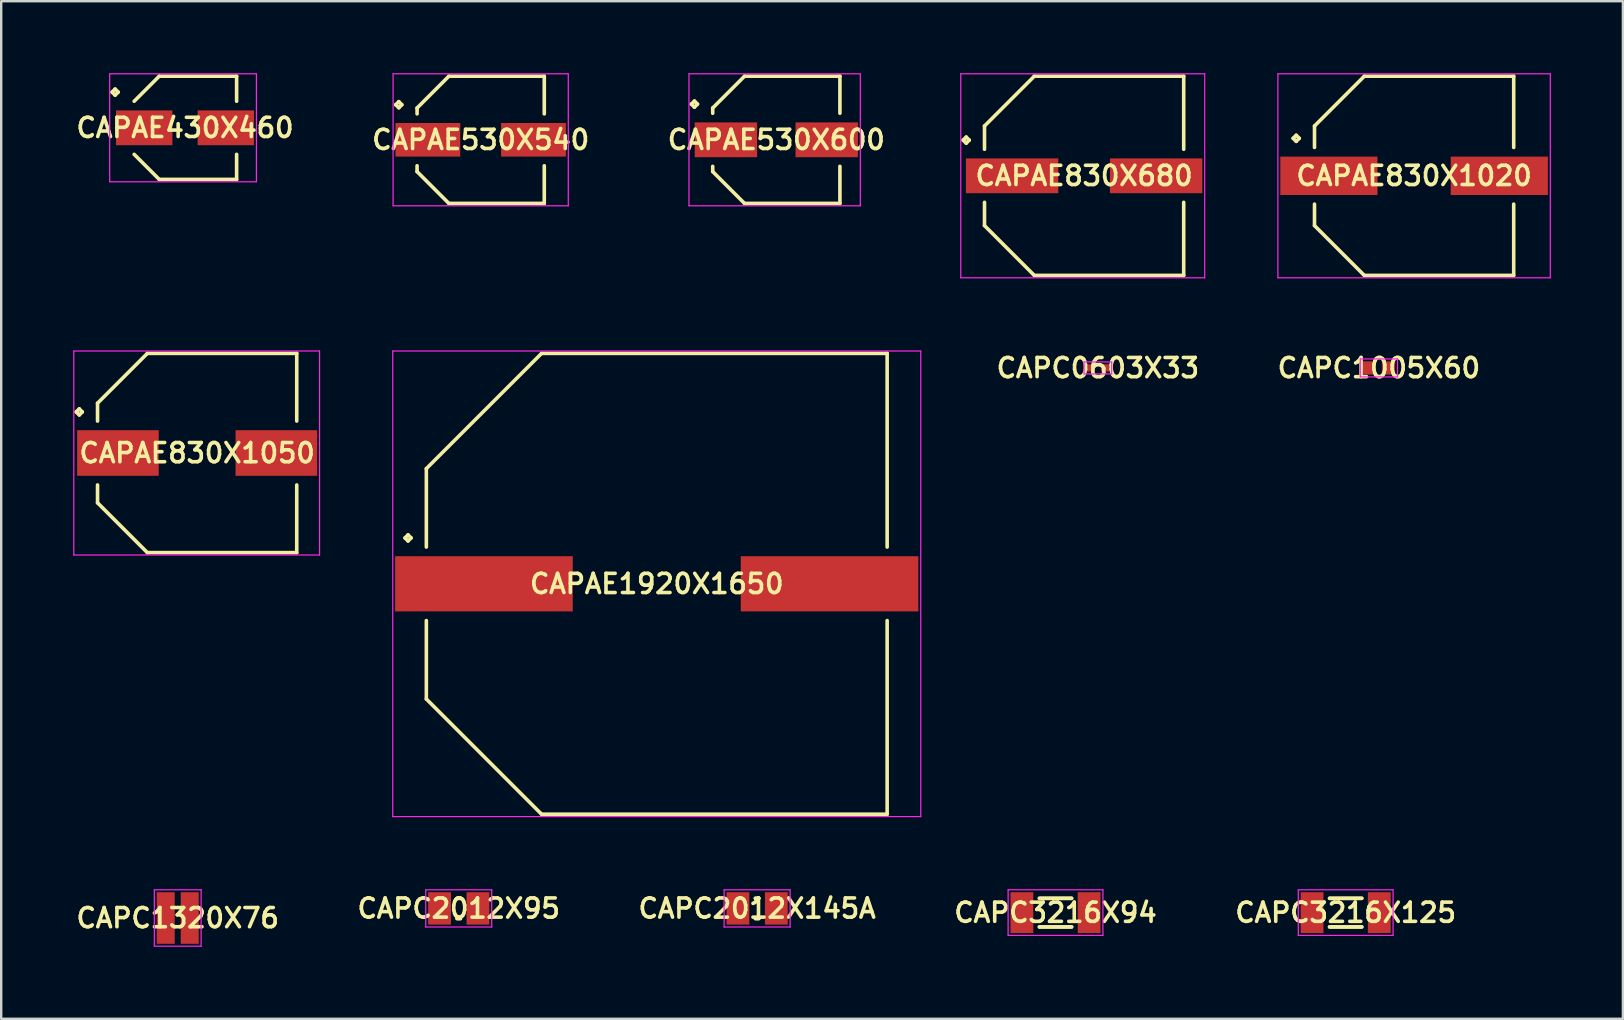
<source format=kicad_pcb>
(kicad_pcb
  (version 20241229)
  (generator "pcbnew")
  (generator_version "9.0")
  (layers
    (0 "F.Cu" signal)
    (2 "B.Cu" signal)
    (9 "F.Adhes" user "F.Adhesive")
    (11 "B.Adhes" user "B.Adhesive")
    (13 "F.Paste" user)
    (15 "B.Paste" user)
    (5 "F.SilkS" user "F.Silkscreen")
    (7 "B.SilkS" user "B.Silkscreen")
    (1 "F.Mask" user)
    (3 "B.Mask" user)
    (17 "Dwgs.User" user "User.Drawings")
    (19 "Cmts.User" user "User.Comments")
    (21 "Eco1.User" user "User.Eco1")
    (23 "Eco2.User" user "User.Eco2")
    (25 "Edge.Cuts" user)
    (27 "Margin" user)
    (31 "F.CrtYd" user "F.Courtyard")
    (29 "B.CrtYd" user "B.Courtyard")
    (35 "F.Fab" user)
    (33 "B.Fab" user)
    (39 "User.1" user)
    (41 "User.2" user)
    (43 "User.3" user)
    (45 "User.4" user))
  (footprint "CAPC0603X33"
    (layer "F.Cu")
    (at 42.694 12.281)
    (property "Reference" "CAPC0603X33" (at 0 0 0) (layer "F.SilkS") (effects (font (size 0.8 0.8) (thickness 0.15))))
    (attr smd)
    (fp_line (start -0.575 -0.25) (end 0.575 -0.25) (stroke (width 0.05) (type solid)) (layer "F.CrtYd"))
    (fp_line (start -0.575 0.25) (end -0.575 -0.25) (stroke (width 0.05) (type solid)) (layer "F.CrtYd"))
    (fp_line (start 0.575 -0.25) (end 0.575 0.25) (stroke (width 0.05) (type solid)) (layer "F.CrtYd"))
    (fp_line (start 0.575 0.25) (end -0.575 0.25) (stroke (width 0.05) (type solid)) (layer "F.CrtYd"))
    (pad "1" smd rect (at -0.3 0) (size 0.35 0.3) (layers "F.Cu" "F.Mask" "F.Paste"))
    (pad "2" smd rect (at 0.3 0) (size 0.35 0.3) (layers "F.Cu" "F.Mask" "F.Paste")))
  (footprint "CAPAE830X680"
    (layer "F.Cu")
    (at 42.12 4.275)
    (property "Reference" "CAPAE830X680" (at 0 0 0) (layer "F.SilkS") (effects (font (size 0.8 0.8) (thickness 0.15))))
    (attr smd)
    (fp_line (start -5.039 -1.487) (end -4.912 -1.614) (stroke (width 0.15) (type solid)) (layer "F.SilkS"))
    (fp_line (start -4.912 -1.614) (end -4.785 -1.487) (stroke (width 0.15) (type solid)) (layer "F.SilkS"))
    (fp_line (start -4.912 -1.36) (end -5.039 -1.487) (stroke (width 0.15) (type solid)) (layer "F.SilkS"))
    (fp_line (start -4.785 -1.487) (end -4.912 -1.36) (stroke (width 0.15) (type solid)) (layer "F.SilkS"))
    (fp_line (start -4.15 -2.075) (end -4.15 -1.106) (stroke (width 0.15) (type solid)) (layer "F.SilkS"))
    (fp_line (start -4.15 2.075) (end -4.15 1.106) (stroke (width 0.15) (type solid)) (layer "F.SilkS"))
    (fp_line (start -2.075 -4.15) (end -4.15 -2.075) (stroke (width 0.15) (type solid)) (layer "F.SilkS"))
    (fp_line (start -2.075 4.15) (end -4.15 2.075) (stroke (width 0.15) (type solid)) (layer "F.SilkS"))
    (fp_line (start 4.15 -4.15) (end -2.075 -4.15) (stroke (width 0.15) (type solid)) (layer "F.SilkS"))
    (fp_line (start 4.15 -1.106) (end 4.15 -4.15) (stroke (width 0.15) (type solid)) (layer "F.SilkS"))
    (fp_line (start 4.15 1.106) (end 4.15 4.15) (stroke (width 0.15) (type solid)) (layer "F.SilkS"))
    (fp_line (start 4.15 4.15) (end -2.075 4.15) (stroke (width 0.15) (type solid)) (layer "F.SilkS"))
    (fp_line (start -5.139 -4.25) (end 5.025 -4.25) (stroke (width 0.05) (type solid)) (layer "F.CrtYd"))
    (fp_line (start -5.139 4.25) (end -5.139 -4.25) (stroke (width 0.05) (type solid)) (layer "F.CrtYd"))
    (fp_line (start 5.025 -4.25) (end 5.025 4.25) (stroke (width 0.05) (type solid)) (layer "F.CrtYd"))
    (fp_line (start 5.025 4.25) (end -5.139 4.25) (stroke (width 0.05) (type solid)) (layer "F.CrtYd"))
    (pad "1" smd rect (at -3 0) (size 3.85 1.45) (layers "F.Cu" "F.Mask" "F.Paste"))
    (pad "2" smd rect (at 3 0) (size 3.85 1.45) (layers "F.Cu" "F.Mask" "F.Paste")))
  (footprint "CAPAE530X540"
    (layer "F.Cu")
    (at 16.978 2.775)
    (property "Reference" "CAPAE530X540" (at 0 0 0) (layer "F.SilkS") (effects (font (size 0.8 0.8) (thickness 0.15))))
    (attr smd)
    (fp_line (start -3.539 -1.462) (end -3.412 -1.589) (stroke (width 0.15) (type solid)) (layer "F.SilkS"))
    (fp_line (start -3.412 -1.589) (end -3.285 -1.462) (stroke (width 0.15) (type solid)) (layer "F.SilkS"))
    (fp_line (start -3.412 -1.335) (end -3.539 -1.462) (stroke (width 0.15) (type solid)) (layer "F.SilkS"))
    (fp_line (start -3.285 -1.462) (end -3.412 -1.335) (stroke (width 0.15) (type solid)) (layer "F.SilkS"))
    (fp_line (start -2.65 -1.325) (end -2.65 -1.081) (stroke (width 0.15) (type solid)) (layer "F.SilkS"))
    (fp_line (start -2.65 1.325) (end -2.65 1.081) (stroke (width 0.15) (type solid)) (layer "F.SilkS"))
    (fp_line (start -1.325 -2.65) (end -2.65 -1.325) (stroke (width 0.15) (type solid)) (layer "F.SilkS"))
    (fp_line (start -1.325 2.65) (end -2.65 1.325) (stroke (width 0.15) (type solid)) (layer "F.SilkS"))
    (fp_line (start 2.65 -2.65) (end -1.325 -2.65) (stroke (width 0.15) (type solid)) (layer "F.SilkS"))
    (fp_line (start 2.65 -1.081) (end 2.65 -2.65) (stroke (width 0.15) (type solid)) (layer "F.SilkS"))
    (fp_line (start 2.65 1.081) (end 2.65 2.65) (stroke (width 0.15) (type solid)) (layer "F.SilkS"))
    (fp_line (start 2.65 2.65) (end -1.325 2.65) (stroke (width 0.15) (type solid)) (layer "F.SilkS"))
    (fp_line (start -3.65 -2.75) (end 3.65 -2.75) (stroke (width 0.05) (type solid)) (layer "F.CrtYd"))
    (fp_line (start -3.65 2.75) (end -3.65 -2.75) (stroke (width 0.05) (type solid)) (layer "F.CrtYd"))
    (fp_line (start 3.65 -2.75) (end 3.65 2.75) (stroke (width 0.05) (type solid)) (layer "F.CrtYd"))
    (fp_line (start 3.65 2.75) (end -3.65 2.75) (stroke (width 0.05) (type solid)) (layer "F.CrtYd"))
    (pad "1" smd rect (at -2.2 0) (size 2.7 1.4) (layers "F.Cu" "F.Mask" "F.Paste"))
    (pad "2" smd rect (at 2.2 0) (size 2.7 1.4) (layers "F.Cu" "F.Mask" "F.Paste")))
  (footprint "CAPAE1920X1650"
    (layer "F.Cu")
    (at 24.314 21.275)
    (property "Reference" "CAPAE1920X1650" (at 0 0 0) (layer "F.SilkS") (effects (font (size 0.8 0.8) (thickness 0.15))))
    (attr smd)
    (fp_line (start -10.489 -1.912) (end -10.362 -2.039) (stroke (width 0.15) (type solid)) (layer "F.SilkS"))
    (fp_line (start -10.362 -2.039) (end -10.235 -1.912) (stroke (width 0.15) (type solid)) (layer "F.SilkS"))
    (fp_line (start -10.362 -1.785) (end -10.489 -1.912) (stroke (width 0.15) (type solid)) (layer "F.SilkS"))
    (fp_line (start -10.235 -1.912) (end -10.362 -1.785) (stroke (width 0.15) (type solid)) (layer "F.SilkS"))
    (fp_line (start -9.6 -4.8) (end -9.6 -1.531) (stroke (width 0.15) (type solid)) (layer "F.SilkS"))
    (fp_line (start -9.6 4.8) (end -9.6 1.531) (stroke (width 0.15) (type solid)) (layer "F.SilkS"))
    (fp_line (start -4.8 -9.6) (end -9.6 -4.8) (stroke (width 0.15) (type solid)) (layer "F.SilkS"))
    (fp_line (start -4.8 9.6) (end -9.6 4.8) (stroke (width 0.15) (type solid)) (layer "F.SilkS"))
    (fp_line (start 9.6 -9.6) (end -4.8 -9.6) (stroke (width 0.15) (type solid)) (layer "F.SilkS"))
    (fp_line (start 9.6 -1.531) (end 9.6 -9.6) (stroke (width 0.15) (type solid)) (layer "F.SilkS"))
    (fp_line (start 9.6 1.531) (end 9.6 9.6) (stroke (width 0.15) (type solid)) (layer "F.SilkS"))
    (fp_line (start 9.6 9.6) (end -4.8 9.6) (stroke (width 0.15) (type solid)) (layer "F.SilkS"))
    (fp_line (start -11 -9.7) (end 11 -9.7) (stroke (width 0.05) (type solid)) (layer "F.CrtYd"))
    (fp_line (start -11 9.7) (end -11 -9.7) (stroke (width 0.05) (type solid)) (layer "F.CrtYd"))
    (fp_line (start 11 -9.7) (end 11 9.7) (stroke (width 0.05) (type solid)) (layer "F.CrtYd"))
    (fp_line (start 11 9.7) (end -11 9.7) (stroke (width 0.05) (type solid)) (layer "F.CrtYd"))
    (pad "1" smd rect (at -7.2 0) (size 7.4 2.3) (layers "F.Cu" "F.Mask" "F.Paste"))
    (pad "2" smd rect (at 7.2 0) (size 7.4 2.3) (layers "F.Cu" "F.Mask" "F.Paste")))
  (footprint "CAPC1005X60"
    (layer "F.Cu")
    (at 54.403 12.281)
    (property "Reference" "CAPC1005X60" (at 0 0 0) (layer "F.SilkS") (effects (font (size 0.8 0.8) (thickness 0.15))))
    (attr smd)
    (fp_line (start -0.775 -0.375) (end 0.775 -0.375) (stroke (width 0.05) (type solid)) (layer "F.CrtYd"))
    (fp_line (start -0.775 0.375) (end -0.775 -0.375) (stroke (width 0.05) (type solid)) (layer "F.CrtYd"))
    (fp_line (start 0.775 -0.375) (end 0.775 0.375) (stroke (width 0.05) (type solid)) (layer "F.CrtYd"))
    (fp_line (start 0.775 0.375) (end -0.775 0.375) (stroke (width 0.05) (type solid)) (layer "F.CrtYd"))
    (pad "1" smd rect (at -0.4 0) (size 0.55 0.55) (layers "F.Cu" "F.Mask" "F.Paste"))
    (pad "2" smd rect (at 0.4 0) (size 0.55 0.55) (layers "F.Cu" "F.Mask" "F.Paste")))
  (footprint "CAPC2012X95"
    (layer "F.Cu")
    (at 16.064 34.8)
    (property "Reference" "CAPC2012X95" (at 0 0 0) (layer "F.SilkS") (effects (font (size 0.8 0.8) (thickness 0.15))))
    (attr smd)
    (fp_line (start -0.071 -0.421) (end 0.071 -0.421) (stroke (width 0.15) (type solid)) (layer "F.SilkS"))
    (fp_line (start -0.071 0.421) (end 0.071 0.421) (stroke (width 0.15) (type solid)) (layer "F.SilkS"))
    (fp_line (start 0.071 -0.421) (end -0.071 -0.421) (stroke (width 0.15) (type solid)) (layer "F.SilkS"))
    (fp_line (start 0.071 0.421) (end -0.071 0.421) (stroke (width 0.15) (type solid)) (layer "F.SilkS"))
    (fp_line (start -1.375 -0.775) (end 1.375 -0.775) (stroke (width 0.05) (type solid)) (layer "F.CrtYd"))
    (fp_line (start -1.375 0.775) (end -1.375 -0.775) (stroke (width 0.05) (type solid)) (layer "F.CrtYd"))
    (fp_line (start 1.375 -0.775) (end 1.375 0.775) (stroke (width 0.05) (type solid)) (layer "F.CrtYd"))
    (fp_line (start 1.375 0.775) (end -1.375 0.775) (stroke (width 0.05) (type solid)) (layer "F.CrtYd"))
    (pad "1" smd rect (at -0.8 0) (size 0.95 1.35) (layers "F.Cu" "F.Mask" "F.Paste"))
    (pad "2" smd rect (at 0.8 0) (size 0.95 1.35) (layers "F.Cu" "F.Mask" "F.Paste")))
  (footprint "CAPC2012X145A"
    (layer "F.Cu")
    (at 28.496 34.8)
    (property "Reference" "CAPC2012X145A" (at 0 0 0) (layer "F.SilkS") (effects (font (size 0.8 0.8) (thickness 0.15))))
    (attr smd)
    (fp_line (start -0.071 -0.421) (end 0.071 -0.421) (stroke (width 0.15) (type solid)) (layer "F.SilkS"))
    (fp_line (start -0.071 0.421) (end 0.071 0.421) (stroke (width 0.15) (type solid)) (layer "F.SilkS"))
    (fp_line (start 0.071 -0.421) (end -0.071 -0.421) (stroke (width 0.15) (type solid)) (layer "F.SilkS"))
    (fp_line (start 0.071 0.421) (end -0.071 0.421) (stroke (width 0.15) (type solid)) (layer "F.SilkS"))
    (fp_line (start -1.375 -0.775) (end 1.375 -0.775) (stroke (width 0.05) (type solid)) (layer "F.CrtYd"))
    (fp_line (start -1.375 0.775) (end -1.375 -0.775) (stroke (width 0.05) (type solid)) (layer "F.CrtYd"))
    (fp_line (start 1.375 -0.775) (end 1.375 0.775) (stroke (width 0.05) (type solid)) (layer "F.CrtYd"))
    (fp_line (start 1.375 0.775) (end -1.375 0.775) (stroke (width 0.05) (type solid)) (layer "F.CrtYd"))
    (pad "1" smd rect (at -0.8 0) (size 0.95 1.35) (layers "F.Cu" "F.Mask" "F.Paste"))
    (pad "2" smd rect (at 0.8 0) (size 0.95 1.35) (layers "F.Cu" "F.Mask" "F.Paste")))
  (footprint "CAPAE430X460"
    (layer "F.Cu")
    (at 4.659 2.275)
    (property "Reference" "CAPAE430X460" (at 0 0 0) (layer "F.SilkS") (effects (font (size 0.8 0.8) (thickness 0.15))))
    (attr smd)
    (fp_line (start -3.039 -1.487) (end -2.912 -1.614) (stroke (width 0.15) (type solid)) (layer "F.SilkS"))
    (fp_line (start -2.912 -1.614) (end -2.785 -1.487) (stroke (width 0.15) (type solid)) (layer "F.SilkS"))
    (fp_line (start -2.912 -1.36) (end -3.039 -1.487) (stroke (width 0.15) (type solid)) (layer "F.SilkS"))
    (fp_line (start -2.785 -1.487) (end -2.912 -1.36) (stroke (width 0.15) (type solid)) (layer "F.SilkS"))
    (fp_line (start -1.075 -2.15) (end -2.119 -1.106) (stroke (width 0.15) (type solid)) (layer "F.SilkS"))
    (fp_line (start -1.075 2.15) (end -2.119 1.106) (stroke (width 0.15) (type solid)) (layer "F.SilkS"))
    (fp_line (start 2.15 -2.15) (end -1.075 -2.15) (stroke (width 0.15) (type solid)) (layer "F.SilkS"))
    (fp_line (start 2.15 -1.106) (end 2.15 -2.15) (stroke (width 0.15) (type solid)) (layer "F.SilkS"))
    (fp_line (start 2.15 1.106) (end 2.15 2.15) (stroke (width 0.15) (type solid)) (layer "F.SilkS"))
    (fp_line (start 2.15 2.15) (end -1.075 2.15) (stroke (width 0.15) (type solid)) (layer "F.SilkS"))
    (fp_line (start -3.139 -2.25) (end 2.975 -2.25) (stroke (width 0.05) (type solid)) (layer "F.CrtYd"))
    (fp_line (start -3.139 2.25) (end -3.139 -2.25) (stroke (width 0.05) (type solid)) (layer "F.CrtYd"))
    (fp_line (start 2.975 -2.25) (end 2.975 2.25) (stroke (width 0.05) (type solid)) (layer "F.CrtYd"))
    (fp_line (start 2.975 2.25) (end -3.139 2.25) (stroke (width 0.05) (type solid)) (layer "F.CrtYd"))
    (pad "1" smd rect (at -1.7 0) (size 2.35 1.45) (layers "F.Cu" "F.Mask" "F.Paste"))
    (pad "2" smd rect (at 1.7 0) (size 2.35 1.45) (layers "F.Cu" "F.Mask" "F.Paste")))
  (footprint "CAPAE830X1020"
    (layer "F.Cu")
    (at 55.87 4.275)
    (property "Reference" "CAPAE830X1020" (at 0 0 0) (layer "F.SilkS") (effects (font (size 0.8 0.8) (thickness 0.15))))
    (attr smd)
    (fp_line (start -5.039 -1.562) (end -4.912 -1.689) (stroke (width 0.15) (type solid)) (layer "F.SilkS"))
    (fp_line (start -4.912 -1.689) (end -4.785 -1.562) (stroke (width 0.15) (type solid)) (layer "F.SilkS"))
    (fp_line (start -4.912 -1.435) (end -5.039 -1.562) (stroke (width 0.15) (type solid)) (layer "F.SilkS"))
    (fp_line (start -4.785 -1.562) (end -4.912 -1.435) (stroke (width 0.15) (type solid)) (layer "F.SilkS"))
    (fp_line (start -4.15 -2.075) (end -4.15 -1.181) (stroke (width 0.15) (type solid)) (layer "F.SilkS"))
    (fp_line (start -4.15 2.075) (end -4.15 1.181) (stroke (width 0.15) (type solid)) (layer "F.SilkS"))
    (fp_line (start -2.075 -4.15) (end -4.15 -2.075) (stroke (width 0.15) (type solid)) (layer "F.SilkS"))
    (fp_line (start -2.075 4.15) (end -4.15 2.075) (stroke (width 0.15) (type solid)) (layer "F.SilkS"))
    (fp_line (start 4.15 -4.15) (end -2.075 -4.15) (stroke (width 0.15) (type solid)) (layer "F.SilkS"))
    (fp_line (start 4.15 -1.181) (end 4.15 -4.15) (stroke (width 0.15) (type solid)) (layer "F.SilkS"))
    (fp_line (start 4.15 1.181) (end 4.15 4.15) (stroke (width 0.15) (type solid)) (layer "F.SilkS"))
    (fp_line (start 4.15 4.15) (end -2.075 4.15) (stroke (width 0.15) (type solid)) (layer "F.SilkS"))
    (fp_line (start -5.675 -4.25) (end 5.675 -4.25) (stroke (width 0.05) (type solid)) (layer "F.CrtYd"))
    (fp_line (start -5.675 4.25) (end -5.675 -4.25) (stroke (width 0.05) (type solid)) (layer "F.CrtYd"))
    (fp_line (start 5.675 -4.25) (end 5.675 4.25) (stroke (width 0.05) (type solid)) (layer "F.CrtYd"))
    (fp_line (start 5.675 4.25) (end -5.675 4.25) (stroke (width 0.05) (type solid)) (layer "F.CrtYd"))
    (pad "1" smd rect (at -3.55 0) (size 4.05 1.6) (layers "F.Cu" "F.Mask" "F.Paste"))
    (pad "2" smd rect (at 3.55 0) (size 4.05 1.6) (layers "F.Cu" "F.Mask" "F.Paste")))
  (footprint "CAPC3216X125"
    (layer "F.Cu")
    (at 53.019 34.975)
    (property "Reference" "CAPC3216X125" (at 0 0 0) (layer "F.SilkS") (effects (font (size 0.8 0.8) (thickness 0.15))))
    (attr smd)
    (fp_line (start -0.671 -0.596) (end 0.671 -0.596) (stroke (width 0.15) (type solid)) (layer "F.SilkS"))
    (fp_line (start -0.671 0.596) (end 0.671 0.596) (stroke (width 0.15) (type solid)) (layer "F.SilkS"))
    (fp_line (start 0.671 -0.596) (end -0.671 -0.596) (stroke (width 0.15) (type solid)) (layer "F.SilkS"))
    (fp_line (start 0.671 0.596) (end -0.671 0.596) (stroke (width 0.15) (type solid)) (layer "F.SilkS"))
    (fp_line (start -1.975 -0.95) (end 1.975 -0.95) (stroke (width 0.05) (type solid)) (layer "F.CrtYd"))
    (fp_line (start -1.975 0.95) (end -1.975 -0.95) (stroke (width 0.05) (type solid)) (layer "F.CrtYd"))
    (fp_line (start 1.975 -0.95) (end 1.975 0.95) (stroke (width 0.05) (type solid)) (layer "F.CrtYd"))
    (fp_line (start 1.975 0.95) (end -1.975 0.95) (stroke (width 0.05) (type solid)) (layer "F.CrtYd"))
    (pad "1" smd rect (at -1.4 0) (size 0.95 1.7) (layers "F.Cu" "F.Mask" "F.Paste"))
    (pad "2" smd rect (at 1.4 0) (size 0.95 1.7) (layers "F.Cu" "F.Mask" "F.Paste")))
  (footprint "CAPAE530X600"
    (layer "F.Cu")
    (at 29.296 2.775)
    (property "Reference" "CAPAE530X600" (at 0 0 0) (layer "F.SilkS") (effects (font (size 0.8 0.8) (thickness 0.15))))
    (attr smd)
    (fp_line (start -3.539 -1.487) (end -3.412 -1.614) (stroke (width 0.15) (type solid)) (layer "F.SilkS"))
    (fp_line (start -3.412 -1.614) (end -3.285 -1.487) (stroke (width 0.15) (type solid)) (layer "F.SilkS"))
    (fp_line (start -3.412 -1.36) (end -3.539 -1.487) (stroke (width 0.15) (type solid)) (layer "F.SilkS"))
    (fp_line (start -3.285 -1.487) (end -3.412 -1.36) (stroke (width 0.15) (type solid)) (layer "F.SilkS"))
    (fp_line (start -2.65 -1.325) (end -2.65 -1.106) (stroke (width 0.15) (type solid)) (layer "F.SilkS"))
    (fp_line (start -2.65 1.325) (end -2.65 1.106) (stroke (width 0.15) (type solid)) (layer "F.SilkS"))
    (fp_line (start -1.325 -2.65) (end -2.65 -1.325) (stroke (width 0.15) (type solid)) (layer "F.SilkS"))
    (fp_line (start -1.325 2.65) (end -2.65 1.325) (stroke (width 0.15) (type solid)) (layer "F.SilkS"))
    (fp_line (start 2.65 -2.65) (end -1.325 -2.65) (stroke (width 0.15) (type solid)) (layer "F.SilkS"))
    (fp_line (start 2.65 -1.106) (end 2.65 -2.65) (stroke (width 0.15) (type solid)) (layer "F.SilkS"))
    (fp_line (start 2.65 1.106) (end 2.65 2.65) (stroke (width 0.15) (type solid)) (layer "F.SilkS"))
    (fp_line (start 2.65 2.65) (end -1.325 2.65) (stroke (width 0.15) (type solid)) (layer "F.SilkS"))
    (fp_line (start -3.639 -2.75) (end 3.5 -2.75) (stroke (width 0.05) (type solid)) (layer "F.CrtYd"))
    (fp_line (start -3.639 2.75) (end -3.639 -2.75) (stroke (width 0.05) (type solid)) (layer "F.CrtYd"))
    (fp_line (start 3.5 -2.75) (end 3.5 2.75) (stroke (width 0.05) (type solid)) (layer "F.CrtYd"))
    (fp_line (start 3.5 2.75) (end -3.639 2.75) (stroke (width 0.05) (type solid)) (layer "F.CrtYd"))
    (pad "1" smd rect (at -2.1 0) (size 2.6 1.45) (layers "F.Cu" "F.Mask" "F.Paste"))
    (pad "2" smd rect (at 2.1 0) (size 2.6 1.45) (layers "F.Cu" "F.Mask" "F.Paste")))
  (footprint "CAPC3216X94"
    (layer "F.Cu")
    (at 40.929 34.975)
    (property "Reference" "CAPC3216X94" (at 0 0 0) (layer "F.SilkS") (effects (font (size 0.8 0.8) (thickness 0.15))))
    (attr smd)
    (fp_line (start -0.671 -0.596) (end 0.671 -0.596) (stroke (width 0.15) (type solid)) (layer "F.SilkS"))
    (fp_line (start -0.671 0.596) (end 0.671 0.596) (stroke (width 0.15) (type solid)) (layer "F.SilkS"))
    (fp_line (start 0.671 -0.596) (end -0.671 -0.596) (stroke (width 0.15) (type solid)) (layer "F.SilkS"))
    (fp_line (start 0.671 0.596) (end -0.671 0.596) (stroke (width 0.15) (type solid)) (layer "F.SilkS"))
    (fp_line (start -1.975 -0.95) (end 1.975 -0.95) (stroke (width 0.05) (type solid)) (layer "F.CrtYd"))
    (fp_line (start -1.975 0.95) (end -1.975 -0.95) (stroke (width 0.05) (type solid)) (layer "F.CrtYd"))
    (fp_line (start 1.975 -0.95) (end 1.975 0.95) (stroke (width 0.05) (type solid)) (layer "F.CrtYd"))
    (fp_line (start 1.975 0.95) (end -1.975 0.95) (stroke (width 0.05) (type solid)) (layer "F.CrtYd"))
    (pad "1" smd rect (at -1.4 0) (size 0.95 1.7) (layers "F.Cu" "F.Mask" "F.Paste"))
    (pad "2" smd rect (at 1.4 0) (size 0.95 1.7) (layers "F.Cu" "F.Mask" "F.Paste")))
  (footprint "CAPAE830X1050"
    (layer "F.Cu")
    (at 5.164 15.825)
    (property "Reference" "CAPAE830X1050" (at 0 0 0) (layer "F.SilkS") (effects (font (size 0.8 0.8) (thickness 0.15))))
    (attr smd)
    (fp_line (start -5.039 -1.712) (end -4.912 -1.839) (stroke (width 0.15) (type solid)) (layer "F.SilkS"))
    (fp_line (start -4.912 -1.839) (end -4.785 -1.712) (stroke (width 0.15) (type solid)) (layer "F.SilkS"))
    (fp_line (start -4.912 -1.585) (end -5.039 -1.712) (stroke (width 0.15) (type solid)) (layer "F.SilkS"))
    (fp_line (start -4.785 -1.712) (end -4.912 -1.585) (stroke (width 0.15) (type solid)) (layer "F.SilkS"))
    (fp_line (start -4.15 -2.075) (end -4.15 -1.331) (stroke (width 0.15) (type solid)) (layer "F.SilkS"))
    (fp_line (start -4.15 2.075) (end -4.15 1.331) (stroke (width 0.15) (type solid)) (layer "F.SilkS"))
    (fp_line (start -2.075 -4.15) (end -4.15 -2.075) (stroke (width 0.15) (type solid)) (layer "F.SilkS"))
    (fp_line (start -2.075 4.15) (end -4.15 2.075) (stroke (width 0.15) (type solid)) (layer "F.SilkS"))
    (fp_line (start 4.15 -4.15) (end -2.075 -4.15) (stroke (width 0.15) (type solid)) (layer "F.SilkS"))
    (fp_line (start 4.15 -1.331) (end 4.15 -4.15) (stroke (width 0.15) (type solid)) (layer "F.SilkS"))
    (fp_line (start 4.15 1.331) (end 4.15 4.15) (stroke (width 0.15) (type solid)) (layer "F.SilkS"))
    (fp_line (start 4.15 4.15) (end -2.075 4.15) (stroke (width 0.15) (type solid)) (layer "F.SilkS"))
    (fp_line (start -5.139 -4.25) (end 5.1 -4.25) (stroke (width 0.05) (type solid)) (layer "F.CrtYd"))
    (fp_line (start -5.139 4.25) (end -5.139 -4.25) (stroke (width 0.05) (type solid)) (layer "F.CrtYd"))
    (fp_line (start 5.1 -4.25) (end 5.1 4.25) (stroke (width 0.05) (type solid)) (layer "F.CrtYd"))
    (fp_line (start 5.1 4.25) (end -5.139 4.25) (stroke (width 0.05) (type solid)) (layer "F.CrtYd"))
    (pad "1" smd rect (at -3.3 0) (size 3.4 1.9) (layers "F.Cu" "F.Mask" "F.Paste"))
    (pad "2" smd rect (at 3.3 0) (size 3.4 1.9) (layers "F.Cu" "F.Mask" "F.Paste")))
  (footprint "CAPC1320X76"
    (layer "F.Cu")
    (at 4.355 35.2)
    (property "Reference" "CAPC1320X76" (at 0 0 0) (layer "F.SilkS") (effects (font (size 0.8 0.8) (thickness 0.15))))
    (attr smd)
    (fp_line (start -0.975 -1.175) (end 0.975 -1.175) (stroke (width 0.05) (type solid)) (layer "F.CrtYd"))
    (fp_line (start -0.975 1.175) (end -0.975 -1.175) (stroke (width 0.05) (type solid)) (layer "F.CrtYd"))
    (fp_line (start 0.975 -1.175) (end 0.975 1.175) (stroke (width 0.05) (type solid)) (layer "F.CrtYd"))
    (fp_line (start 0.975 1.175) (end -0.975 1.175) (stroke (width 0.05) (type solid)) (layer "F.CrtYd"))
    (pad "1" smd rect (at -0.5 0) (size 0.75 2.15) (layers "F.Cu" "F.Mask" "F.Paste"))
    (pad "2" smd rect (at 0.5 0) (size 0.75 2.15) (layers "F.Cu" "F.Mask" "F.Paste")))
  (gr_rect
    (start -3 -3)
    (end 64.57 39.4)
    (stroke (width 0.1) (type default))
    (fill no)
    (layer "Edge.Cuts")))
</source>
